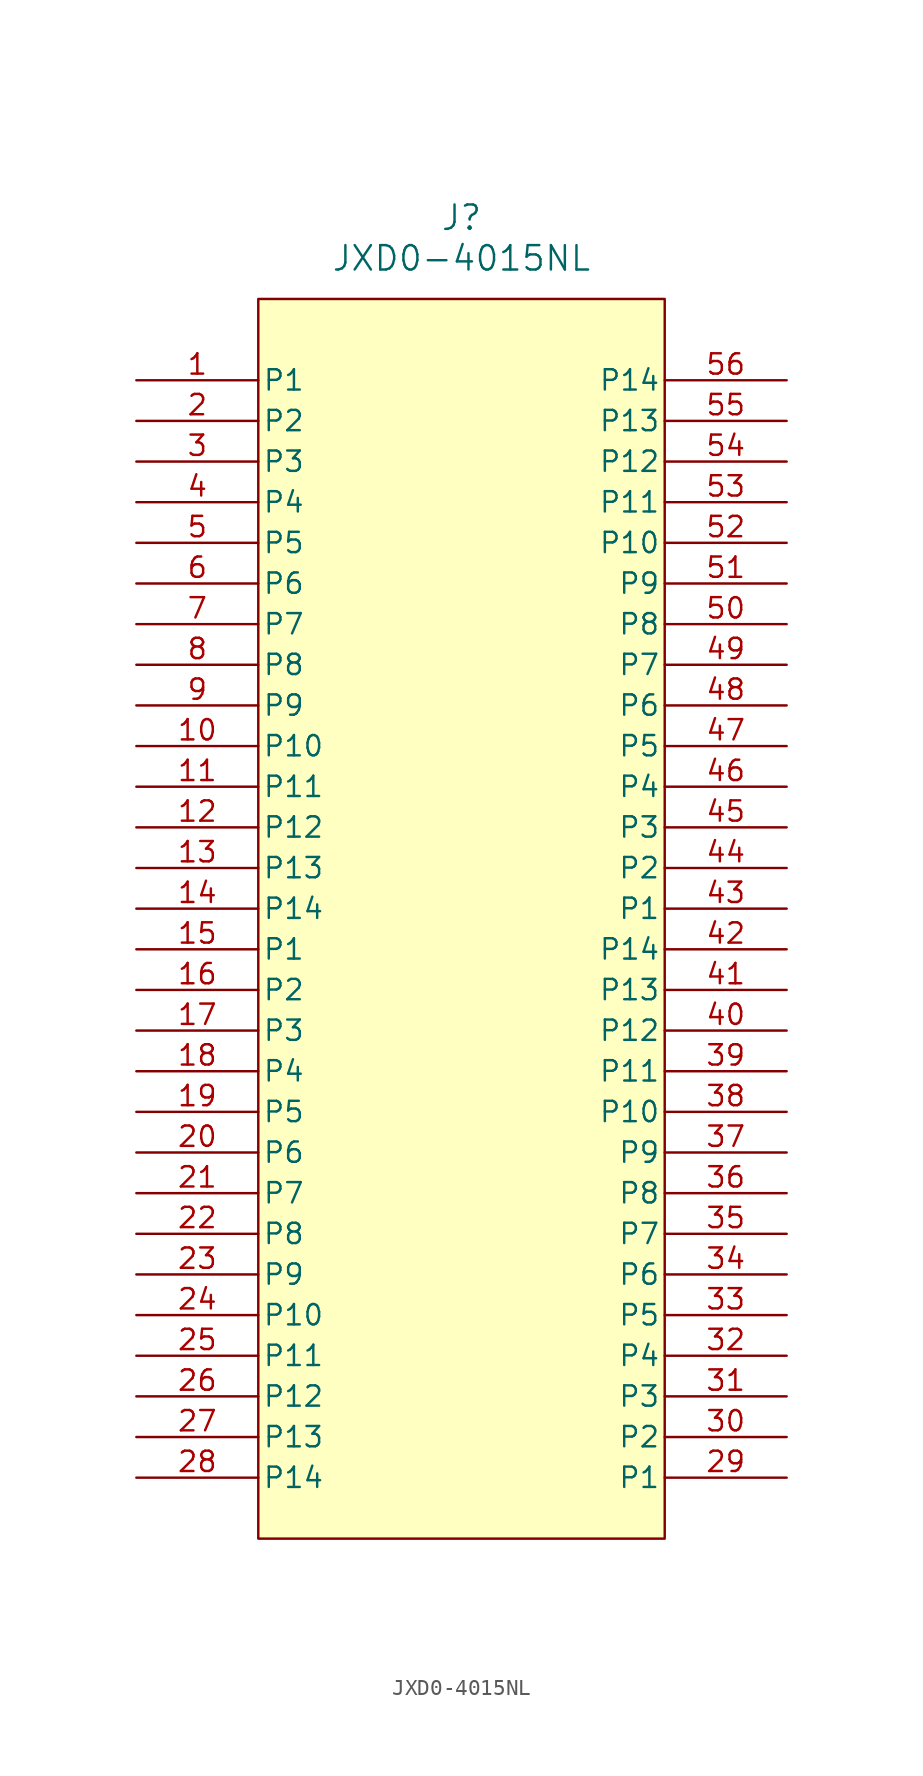
<source format=kicad_sym>
(kicad_symbol_lib
  (version 20241209)
  (generator "kicad_symbol_editor")
  (generator_version "9.0")
  (symbol "JXD0-4015NL"
    (pin_names
      (offset 0.254))
    (property "Reference" "J"
      (at 20.32 10.16 0)
      (effects (font (size 1.524 1.524))))
    (property "Value" "JXD0-4015NL"
      (at 20.32 7.62 0)
      (effects (font (size 1.524 1.524))))
    (property "ki_locked" ""
      (at 0 0 0)
      (effects (font (size 1.27 1.27))))
    (symbol "JXD0-4015NL_0_1"
      (pin unspecified line (at 0 0 0) (length 7.62) (name "P1" (effects (font (size 1.27 1.27)))) (number "1" (effects (font (size 1.27 1.27)))))
      (pin unspecified line (at 0 -2.54 0) (length 7.62) (name "P2" (effects (font (size 1.27 1.27)))) (number "2" (effects (font (size 1.27 1.27)))))
      (pin unspecified line (at 0 -5.08 0) (length 7.62) (name "P3" (effects (font (size 1.27 1.27)))) (number "3" (effects (font (size 1.27 1.27)))))
      (pin unspecified line (at 0 -7.62 0) (length 7.62) (name "P4" (effects (font (size 1.27 1.27)))) (number "4" (effects (font (size 1.27 1.27)))))
      (pin unspecified line (at 0 -10.16 0) (length 7.62) (name "P5" (effects (font (size 1.27 1.27)))) (number "5" (effects (font (size 1.27 1.27)))))
      (pin unspecified line (at 0 -12.7 0) (length 7.62) (name "P6" (effects (font (size 1.27 1.27)))) (number "6" (effects (font (size 1.27 1.27)))))
      (pin unspecified line (at 0 -15.24 0) (length 7.62) (name "P7" (effects (font (size 1.27 1.27)))) (number "7" (effects (font (size 1.27 1.27)))))
      (pin unspecified line (at 0 -17.78 0) (length 7.62) (name "P8" (effects (font (size 1.27 1.27)))) (number "8" (effects (font (size 1.27 1.27)))))
      (pin unspecified line (at 0 -20.32 0) (length 7.62) (name "P9" (effects (font (size 1.27 1.27)))) (number "9" (effects (font (size 1.27 1.27)))))
      (pin unspecified line (at 0 -22.86 0) (length 7.62) (name "P10" (effects (font (size 1.27 1.27)))) (number "10" (effects (font (size 1.27 1.27)))))
      (pin unspecified line (at 0 -25.4 0) (length 7.62) (name "P11" (effects (font (size 1.27 1.27)))) (number "11" (effects (font (size 1.27 1.27)))))
      (pin unspecified line (at 0 -27.94 0) (length 7.62) (name "P12" (effects (font (size 1.27 1.27)))) (number "12" (effects (font (size 1.27 1.27)))))
      (pin unspecified line (at 0 -30.48 0) (length 7.62) (name "P13" (effects (font (size 1.27 1.27)))) (number "13" (effects (font (size 1.27 1.27)))))
      (pin unspecified line (at 0 -33.02 0) (length 7.62) (name "P14" (effects (font (size 1.27 1.27)))) (number "14" (effects (font (size 1.27 1.27)))))
      (pin unspecified line (at 0 -35.56 0) (length 7.62) (name "P1" (effects (font (size 1.27 1.27)))) (number "15" (effects (font (size 1.27 1.27)))))
      (pin unspecified line (at 0 -38.1 0) (length 7.62) (name "P2" (effects (font (size 1.27 1.27)))) (number "16" (effects (font (size 1.27 1.27)))))
      (pin unspecified line (at 0 -40.64 0) (length 7.62) (name "P3" (effects (font (size 1.27 1.27)))) (number "17" (effects (font (size 1.27 1.27)))))
      (pin unspecified line (at 0 -43.18 0) (length 7.62) (name "P4" (effects (font (size 1.27 1.27)))) (number "18" (effects (font (size 1.27 1.27)))))
      (pin unspecified line (at 0 -45.72 0) (length 7.62) (name "P5" (effects (font (size 1.27 1.27)))) (number "19" (effects (font (size 1.27 1.27)))))
      (pin unspecified line (at 0 -48.26 0) (length 7.62) (name "P6" (effects (font (size 1.27 1.27)))) (number "20" (effects (font (size 1.27 1.27)))))
      (pin unspecified line (at 0 -50.8 0) (length 7.62) (name "P7" (effects (font (size 1.27 1.27)))) (number "21" (effects (font (size 1.27 1.27)))))
      (pin unspecified line (at 0 -53.34 0) (length 7.62) (name "P8" (effects (font (size 1.27 1.27)))) (number "22" (effects (font (size 1.27 1.27)))))
      (pin unspecified line (at 0 -55.88 0) (length 7.62) (name "P9" (effects (font (size 1.27 1.27)))) (number "23" (effects (font (size 1.27 1.27)))))
      (pin unspecified line (at 0 -58.42 0) (length 7.62) (name "P10" (effects (font (size 1.27 1.27)))) (number "24" (effects (font (size 1.27 1.27)))))
      (pin unspecified line (at 0 -60.96 0) (length 7.62) (name "P11" (effects (font (size 1.27 1.27)))) (number "25" (effects (font (size 1.27 1.27)))))
      (pin unspecified line (at 0 -63.5 0) (length 7.62) (name "P12" (effects (font (size 1.27 1.27)))) (number "26" (effects (font (size 1.27 1.27)))))
      (pin unspecified line (at 0 -66.04 0) (length 7.62) (name "P13" (effects (font (size 1.27 1.27)))) (number "27" (effects (font (size 1.27 1.27)))))
      (pin unspecified line (at 0 -68.58 0) (length 7.62) (name "P14" (effects (font (size 1.27 1.27)))) (number "28" (effects (font (size 1.27 1.27)))))
      (pin unspecified line (at 40.64 0 180) (length 7.62) (name "P14" (effects (font (size 1.27 1.27)))) (number "56" (effects (font (size 1.27 1.27)))))
      (pin unspecified line (at 40.64 -2.54 180) (length 7.62) (name "P13" (effects (font (size 1.27 1.27)))) (number "55" (effects (font (size 1.27 1.27)))))
      (pin unspecified line (at 40.64 -5.08 180) (length 7.62) (name "P12" (effects (font (size 1.27 1.27)))) (number "54" (effects (font (size 1.27 1.27)))))
      (pin unspecified line (at 40.64 -7.62 180) (length 7.62) (name "P11" (effects (font (size 1.27 1.27)))) (number "53" (effects (font (size 1.27 1.27)))))
      (pin unspecified line (at 40.64 -10.16 180) (length 7.62) (name "P10" (effects (font (size 1.27 1.27)))) (number "52" (effects (font (size 1.27 1.27)))))
      (pin unspecified line (at 40.64 -12.7 180) (length 7.62) (name "P9" (effects (font (size 1.27 1.27)))) (number "51" (effects (font (size 1.27 1.27)))))
      (pin unspecified line (at 40.64 -15.24 180) (length 7.62) (name "P8" (effects (font (size 1.27 1.27)))) (number "50" (effects (font (size 1.27 1.27)))))
      (pin unspecified line (at 40.64 -17.78 180) (length 7.62) (name "P7" (effects (font (size 1.27 1.27)))) (number "49" (effects (font (size 1.27 1.27)))))
      (pin unspecified line (at 40.64 -20.32 180) (length 7.62) (name "P6" (effects (font (size 1.27 1.27)))) (number "48" (effects (font (size 1.27 1.27)))))
      (pin unspecified line (at 40.64 -22.86 180) (length 7.62) (name "P5" (effects (font (size 1.27 1.27)))) (number "47" (effects (font (size 1.27 1.27)))))
      (pin unspecified line (at 40.64 -25.4 180) (length 7.62) (name "P4" (effects (font (size 1.27 1.27)))) (number "46" (effects (font (size 1.27 1.27)))))
      (pin unspecified line (at 40.64 -27.94 180) (length 7.62) (name "P3" (effects (font (size 1.27 1.27)))) (number "45" (effects (font (size 1.27 1.27)))))
      (pin unspecified line (at 40.64 -30.48 180) (length 7.62) (name "P2" (effects (font (size 1.27 1.27)))) (number "44" (effects (font (size 1.27 1.27)))))
      (pin unspecified line (at 40.64 -33.02 180) (length 7.62) (name "P1" (effects (font (size 1.27 1.27)))) (number "43" (effects (font (size 1.27 1.27)))))
      (pin unspecified line (at 40.64 -35.56 180) (length 7.62) (name "P14" (effects (font (size 1.27 1.27)))) (number "42" (effects (font (size 1.27 1.27)))))
      (pin unspecified line (at 40.64 -38.1 180) (length 7.62) (name "P13" (effects (font (size 1.27 1.27)))) (number "41" (effects (font (size 1.27 1.27)))))
      (pin unspecified line (at 40.64 -40.64 180) (length 7.62) (name "P12" (effects (font (size 1.27 1.27)))) (number "40" (effects (font (size 1.27 1.27)))))
      (pin unspecified line (at 40.64 -43.18 180) (length 7.62) (name "P11" (effects (font (size 1.27 1.27)))) (number "39" (effects (font (size 1.27 1.27)))))
      (pin unspecified line (at 40.64 -45.72 180) (length 7.62) (name "P10" (effects (font (size 1.27 1.27)))) (number "38" (effects (font (size 1.27 1.27)))))
      (pin unspecified line (at 40.64 -48.26 180) (length 7.62) (name "P9" (effects (font (size 1.27 1.27)))) (number "37" (effects (font (size 1.27 1.27)))))
      (pin unspecified line (at 40.64 -50.8 180) (length 7.62) (name "P8" (effects (font (size 1.27 1.27)))) (number "36" (effects (font (size 1.27 1.27)))))
      (pin unspecified line (at 40.64 -53.34 180) (length 7.62) (name "P7" (effects (font (size 1.27 1.27)))) (number "35" (effects (font (size 1.27 1.27)))))
      (pin unspecified line (at 40.64 -55.88 180) (length 7.62) (name "P6" (effects (font (size 1.27 1.27)))) (number "34" (effects (font (size 1.27 1.27)))))
      (pin unspecified line (at 40.64 -58.42 180) (length 7.62) (name "P5" (effects (font (size 1.27 1.27)))) (number "33" (effects (font (size 1.27 1.27)))))
      (pin unspecified line (at 40.64 -60.96 180) (length 7.62) (name "P4" (effects (font (size 1.27 1.27)))) (number "32" (effects (font (size 1.27 1.27)))))
      (pin unspecified line (at 40.64 -63.5 180) (length 7.62) (name "P3" (effects (font (size 1.27 1.27)))) (number "31" (effects (font (size 1.27 1.27)))))
      (pin unspecified line (at 40.64 -66.04 180) (length 7.62) (name "P2" (effects (font (size 1.27 1.27)))) (number "30" (effects (font (size 1.27 1.27)))))
      (pin unspecified line (at 40.64 -68.58 180) (length 7.62) (name "P1" (effects (font (size 1.27 1.27)))) (number "29" (effects (font (size 1.27 1.27))))))
    (symbol "JXD0-4015NL_1_1"
      (rectangle (start 7.62 5.08) (end 33.02 -72.39) (stroke (width 0) (type solid)) (fill (type color) (color 255 255 194 1))))))
</source>
